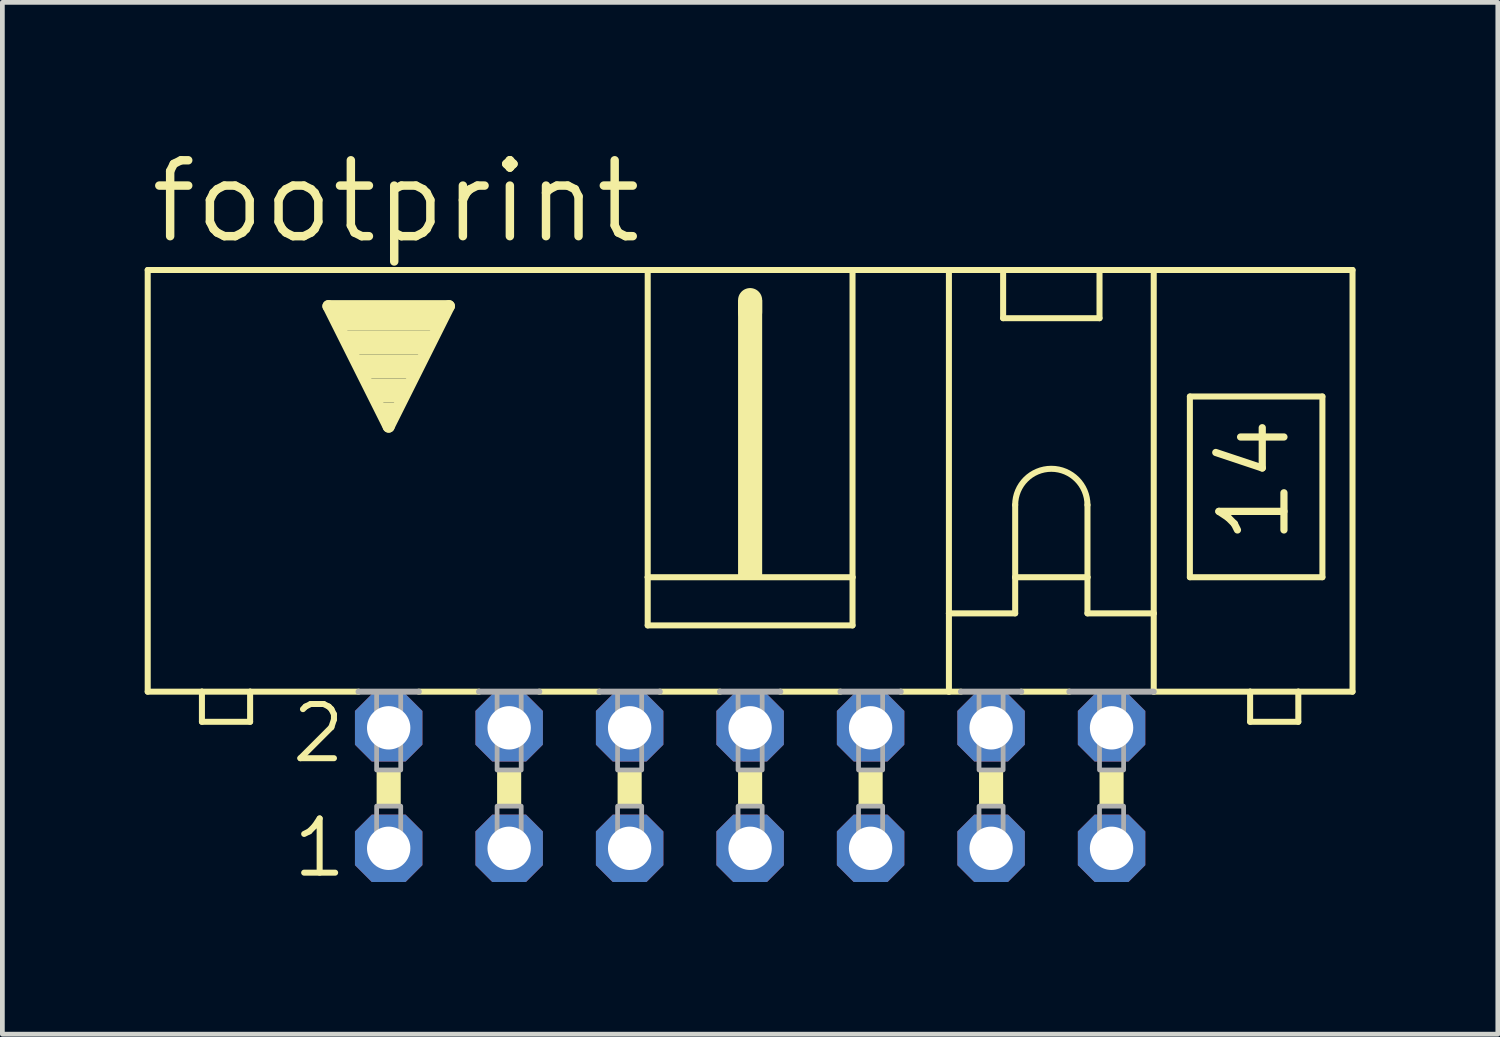
<source format=kicad_pcb>
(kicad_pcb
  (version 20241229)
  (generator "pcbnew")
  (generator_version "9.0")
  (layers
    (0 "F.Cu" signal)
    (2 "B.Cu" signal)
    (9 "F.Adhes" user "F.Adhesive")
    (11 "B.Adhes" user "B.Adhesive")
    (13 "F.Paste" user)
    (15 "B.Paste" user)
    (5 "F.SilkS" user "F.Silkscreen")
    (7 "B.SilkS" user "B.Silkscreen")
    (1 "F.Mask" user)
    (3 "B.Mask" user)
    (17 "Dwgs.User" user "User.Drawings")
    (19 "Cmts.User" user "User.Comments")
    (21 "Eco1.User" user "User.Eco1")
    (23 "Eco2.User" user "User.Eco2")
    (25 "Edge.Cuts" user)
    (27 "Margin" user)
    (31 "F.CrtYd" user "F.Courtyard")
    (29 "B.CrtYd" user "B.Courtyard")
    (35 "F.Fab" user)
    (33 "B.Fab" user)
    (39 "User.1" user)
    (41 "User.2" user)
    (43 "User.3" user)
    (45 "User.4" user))
  (footprint "footprint"
    (layer "F.Cu")
    (at 12.764 13.564)
    (property "Reference" "footprint" (at -12.725 -11.43 0) (layer "F.SilkS") (effects (font (size 1.6 1.6) (thickness 0.178)) (justify left bottom)))
    (fp_line (start -12.7 -10.922) (end -12.7 -2.032) (stroke (width 0.127) (type solid)) (layer "F.SilkS"))
    (fp_line (start -12.7 -2.032) (end -11.557 -2.032) (stroke (width 0.127) (type solid)) (layer "F.SilkS"))
    (fp_line (start -11.557 -2.032) (end -11.557 -1.397) (stroke (width 0.127) (type solid)) (layer "F.SilkS"))
    (fp_line (start -11.557 -2.032) (end -10.541 -2.032) (stroke (width 0.127) (type solid)) (layer "F.SilkS"))
    (fp_line (start -10.541 -2.032) (end -8.255 -2.032) (stroke (width 0.127) (type solid)) (layer "F.SilkS"))
    (fp_line (start -10.541 -1.397) (end -11.557 -1.397) (stroke (width 0.127) (type solid)) (layer "F.SilkS"))
    (fp_line (start -10.541 -1.397) (end -10.541 -2.032) (stroke (width 0.127) (type solid)) (layer "F.SilkS"))
    (fp_line (start -8.89 -10.16) (end -6.35 -10.16) (stroke (width 0.254) (type solid)) (layer "F.SilkS"))
    (fp_line (start -7.62 -7.62) (end -8.89 -10.16) (stroke (width 0.254) (type solid)) (layer "F.SilkS"))
    (fp_line (start -6.985 -2.032) (end -5.715 -2.032) (stroke (width 0.127) (type solid)) (layer "F.SilkS"))
    (fp_line (start -6.35 -10.16) (end -7.62 -7.62) (stroke (width 0.254) (type solid)) (layer "F.SilkS"))
    (fp_line (start -4.445 -2.032) (end -3.175 -2.032) (stroke (width 0.127) (type solid)) (layer "F.SilkS"))
    (fp_line (start -2.159 -10.922) (end -12.7 -10.922) (stroke (width 0.127) (type solid)) (layer "F.SilkS"))
    (fp_line (start -2.159 -10.922) (end -2.159 -4.445) (stroke (width 0.127) (type solid)) (layer "F.SilkS"))
    (fp_line (start -2.159 -10.922) (end 2.159 -10.922) (stroke (width 0.127) (type solid)) (layer "F.SilkS"))
    (fp_line (start -2.159 -4.445) (end -2.159 -3.429) (stroke (width 0.127) (type solid)) (layer "F.SilkS"))
    (fp_line (start -1.905 -2.032) (end -0.635 -2.032) (stroke (width 0.127) (type solid)) (layer "F.SilkS"))
    (fp_line (start 0 -10.033) (end 0 -10.287) (stroke (width 0.508) (type solid)) (layer "F.SilkS"))
    (fp_line (start 0.635 -2.032) (end 1.905 -2.032) (stroke (width 0.127) (type solid)) (layer "F.SilkS"))
    (fp_line (start 2.159 -10.922) (end 2.159 -4.445) (stroke (width 0.127) (type solid)) (layer "F.SilkS"))
    (fp_line (start 2.159 -10.922) (end 4.191 -10.922) (stroke (width 0.127) (type solid)) (layer "F.SilkS"))
    (fp_line (start 2.159 -4.445) (end -2.159 -4.445) (stroke (width 0.127) (type solid)) (layer "F.SilkS"))
    (fp_line (start 2.159 -4.445) (end 2.159 -3.429) (stroke (width 0.127) (type solid)) (layer "F.SilkS"))
    (fp_line (start 2.159 -3.429) (end -2.159 -3.429) (stroke (width 0.127) (type solid)) (layer "F.SilkS"))
    (fp_line (start 3.175 -2.032) (end 4.191 -2.032) (stroke (width 0.127) (type solid)) (layer "F.SilkS"))
    (fp_line (start 4.191 -10.922) (end 12.7 -10.922) (stroke (width 0.127) (type solid)) (layer "F.SilkS"))
    (fp_line (start 4.191 -3.683) (end 4.191 -10.922) (stroke (width 0.127) (type solid)) (layer "F.SilkS"))
    (fp_line (start 4.191 -3.683) (end 4.191 -2.032) (stroke (width 0.127) (type solid)) (layer "F.SilkS"))
    (fp_line (start 4.191 -3.683) (end 5.588 -3.683) (stroke (width 0.127) (type solid)) (layer "F.SilkS"))
    (fp_line (start 4.191 -2.032) (end 4.445 -2.032) (stroke (width 0.127) (type solid)) (layer "F.SilkS"))
    (fp_line (start 5.334 -9.906) (end 5.334 -10.922) (stroke (width 0.127) (type solid)) (layer "F.SilkS"))
    (fp_line (start 5.334 -9.906) (end 7.366 -9.906) (stroke (width 0.127) (type solid)) (layer "F.SilkS"))
    (fp_line (start 5.588 -5.969) (end 5.588 -4.445) (stroke (width 0.127) (type solid)) (layer "F.SilkS"))
    (fp_line (start 5.588 -4.445) (end 5.588 -3.683) (stroke (width 0.127) (type solid)) (layer "F.SilkS"))
    (fp_line (start 5.588 -4.445) (end 7.112 -4.445) (stroke (width 0.127) (type solid)) (layer "F.SilkS"))
    (fp_line (start 5.715 -2.032) (end 6.731 -2.032) (stroke (width 0.127) (type solid)) (layer "F.SilkS"))
    (fp_line (start 7.112 -5.969) (end 7.112 -4.445) (stroke (width 0.127) (type solid)) (layer "F.SilkS"))
    (fp_line (start 7.112 -4.445) (end 7.112 -3.683) (stroke (width 0.127) (type solid)) (layer "F.SilkS"))
    (fp_line (start 7.112 -3.683) (end 8.509 -3.683) (stroke (width 0.127) (type solid)) (layer "F.SilkS"))
    (fp_line (start 7.366 -10.922) (end 7.366 -9.906) (stroke (width 0.127) (type solid)) (layer "F.SilkS"))
    (fp_line (start 8.509 -3.683) (end 8.509 -10.922) (stroke (width 0.127) (type solid)) (layer "F.SilkS"))
    (fp_line (start 8.509 -3.683) (end 8.509 -2.032) (stroke (width 0.127) (type solid)) (layer "F.SilkS"))
    (fp_line (start 9.271 -8.255) (end 9.271 -4.445) (stroke (width 0.127) (type solid)) (layer "F.SilkS"))
    (fp_line (start 9.271 -8.255) (end 12.065 -8.255) (stroke (width 0.127) (type solid)) (layer "F.SilkS"))
    (fp_line (start 9.271 -4.445) (end 12.065 -4.445) (stroke (width 0.127) (type solid)) (layer "F.SilkS"))
    (fp_line (start 10.541 -2.032) (end 8.509 -2.032) (stroke (width 0.127) (type solid)) (layer "F.SilkS"))
    (fp_line (start 10.541 -2.032) (end 10.541 -1.397) (stroke (width 0.127) (type solid)) (layer "F.SilkS"))
    (fp_line (start 11.557 -2.032) (end 10.541 -2.032) (stroke (width 0.127) (type solid)) (layer "F.SilkS"))
    (fp_line (start 11.557 -1.397) (end 10.541 -1.397) (stroke (width 0.127) (type solid)) (layer "F.SilkS"))
    (fp_line (start 11.557 -1.397) (end 11.557 -2.032) (stroke (width 0.127) (type solid)) (layer "F.SilkS"))
    (fp_line (start 12.065 -4.445) (end 12.065 -8.255) (stroke (width 0.127) (type solid)) (layer "F.SilkS"))
    (fp_line (start 12.7 -10.922) (end 12.7 -2.032) (stroke (width 0.127) (type solid)) (layer "F.SilkS"))
    (fp_line (start 12.7 -2.032) (end 11.557 -2.032) (stroke (width 0.127) (type solid)) (layer "F.SilkS"))
    (fp_arc (start 5.588 -5.969) (mid 6.35 -6.731) (end 7.112 -5.969) (stroke (width 0.127) (type solid)) (layer "F.SilkS"))
    (fp_poly (pts (xy -8.763 -9.652) (xy -6.477 -9.652) (xy -6.477 -10.16) (xy -8.763 -10.16)) (stroke (width 0) (type solid)) (fill yes) (layer "F.SilkS"))
    (fp_poly (pts (xy -8.509 -9.144) (xy -6.731 -9.144) (xy -6.731 -9.652) (xy -8.509 -9.652)) (stroke (width 0) (type solid)) (fill yes) (layer "F.SilkS"))
    (fp_poly (pts (xy -8.255 -8.636) (xy -6.985 -8.636) (xy -6.985 -9.144) (xy -8.255 -9.144)) (stroke (width 0) (type solid)) (fill yes) (layer "F.SilkS"))
    (fp_poly (pts (xy -8.001 -8.128) (xy -7.239 -8.128) (xy -7.239 -8.636) (xy -8.001 -8.636)) (stroke (width 0) (type solid)) (fill yes) (layer "F.SilkS"))
    (fp_poly (pts (xy -7.874 0.381) (xy -7.366 0.381) (xy -7.366 -0.381) (xy -7.874 -0.381)) (stroke (width 0) (type solid)) (fill yes) (layer "F.SilkS"))
    (fp_poly (pts (xy -7.747 -7.874) (xy -7.493 -7.874) (xy -7.493 -8.128) (xy -7.747 -8.128)) (stroke (width 0) (type solid)) (fill yes) (layer "F.SilkS"))
    (fp_poly (pts (xy -5.334 0.381) (xy -4.826 0.381) (xy -4.826 -0.381) (xy -5.334 -0.381)) (stroke (width 0) (type solid)) (fill yes) (layer "F.SilkS"))
    (fp_poly (pts (xy -2.794 0.381) (xy -2.286 0.381) (xy -2.286 -0.381) (xy -2.794 -0.381)) (stroke (width 0) (type solid)) (fill yes) (layer "F.SilkS"))
    (fp_poly (pts (xy -0.254 -4.445) (xy 0.254 -4.445) (xy 0.254 -10.287) (xy -0.254 -10.287)) (stroke (width 0) (type solid)) (fill yes) (layer "F.SilkS"))
    (fp_poly (pts (xy -0.254 0.381) (xy 0.254 0.381) (xy 0.254 -0.381) (xy -0.254 -0.381)) (stroke (width 0) (type solid)) (fill yes) (layer "F.SilkS"))
    (fp_poly (pts (xy 2.286 0.381) (xy 2.794 0.381) (xy 2.794 -0.381) (xy 2.286 -0.381)) (stroke (width 0) (type solid)) (fill yes) (layer "F.SilkS"))
    (fp_poly (pts (xy 4.826 0.381) (xy 5.334 0.381) (xy 5.334 -0.381) (xy 4.826 -0.381)) (stroke (width 0) (type solid)) (fill yes) (layer "F.SilkS"))
    (fp_poly (pts (xy 7.366 0.381) (xy 7.874 0.381) (xy 7.874 -0.381) (xy 7.366 -0.381)) (stroke (width 0) (type solid)) (fill yes) (layer "F.SilkS"))
    (fp_line (start -8.255 -2.032) (end -6.985 -2.032) (stroke (width 0.127) (type solid)) (layer "F.Fab"))
    (fp_line (start -5.715 -2.032) (end -4.445 -2.032) (stroke (width 0.127) (type solid)) (layer "F.Fab"))
    (fp_line (start -3.175 -2.032) (end -1.905 -2.032) (stroke (width 0.127) (type solid)) (layer "F.Fab"))
    (fp_line (start -0.635 -2.032) (end 0.635 -2.032) (stroke (width 0.127) (type solid)) (layer "F.Fab"))
    (fp_line (start 3.175 -2.032) (end 1.905 -2.032) (stroke (width 0.127) (type solid)) (layer "F.Fab"))
    (fp_line (start 5.715 -2.032) (end 4.445 -2.032) (stroke (width 0.127) (type solid)) (layer "F.Fab"))
    (fp_line (start 8.509 -2.032) (end 6.731 -2.032) (stroke (width 0.127) (type solid)) (layer "F.Fab"))
    (fp_poly (pts (xy -7.874 -0.381) (xy -7.366 -0.381) (xy -7.366 -2.032) (xy -7.874 -2.032)) (stroke (width 0.1) (type solid)) (fill no) (layer "F.Fab"))
    (fp_poly (pts (xy -7.874 1.524) (xy -7.366 1.524) (xy -7.366 0.381) (xy -7.874 0.381)) (stroke (width 0.1) (type solid)) (fill no) (layer "F.Fab"))
    (fp_poly (pts (xy -5.334 -0.381) (xy -4.826 -0.381) (xy -4.826 -2.032) (xy -5.334 -2.032)) (stroke (width 0.1) (type solid)) (fill no) (layer "F.Fab"))
    (fp_poly (pts (xy -5.334 1.524) (xy -4.826 1.524) (xy -4.826 0.381) (xy -5.334 0.381)) (stroke (width 0.1) (type solid)) (fill no) (layer "F.Fab"))
    (fp_poly (pts (xy -2.794 -0.381) (xy -2.286 -0.381) (xy -2.286 -2.032) (xy -2.794 -2.032)) (stroke (width 0.1) (type solid)) (fill no) (layer "F.Fab"))
    (fp_poly (pts (xy -2.794 1.524) (xy -2.286 1.524) (xy -2.286 0.381) (xy -2.794 0.381)) (stroke (width 0.1) (type solid)) (fill no) (layer "F.Fab"))
    (fp_poly (pts (xy -0.254 -0.381) (xy 0.254 -0.381) (xy 0.254 -2.032) (xy -0.254 -2.032)) (stroke (width 0.1) (type solid)) (fill no) (layer "F.Fab"))
    (fp_poly (pts (xy -0.254 1.524) (xy 0.254 1.524) (xy 0.254 0.381) (xy -0.254 0.381)) (stroke (width 0.1) (type solid)) (fill no) (layer "F.Fab"))
    (fp_poly (pts (xy 2.286 -0.381) (xy 2.794 -0.381) (xy 2.794 -2.032) (xy 2.286 -2.032)) (stroke (width 0.1) (type solid)) (fill no) (layer "F.Fab"))
    (fp_poly (pts (xy 2.286 1.524) (xy 2.794 1.524) (xy 2.794 0.381) (xy 2.286 0.381)) (stroke (width 0.1) (type solid)) (fill no) (layer "F.Fab"))
    (fp_poly (pts (xy 4.826 -0.381) (xy 5.334 -0.381) (xy 5.334 -2.032) (xy 4.826 -2.032)) (stroke (width 0.1) (type solid)) (fill no) (layer "F.Fab"))
    (fp_poly (pts (xy 4.826 1.524) (xy 5.334 1.524) (xy 5.334 0.381) (xy 4.826 0.381)) (stroke (width 0.1) (type solid)) (fill no) (layer "F.Fab"))
    (fp_poly (pts (xy 7.366 -0.381) (xy 7.874 -0.381) (xy 7.874 -2.032) (xy 7.366 -2.032)) (stroke (width 0.1) (type solid)) (fill no) (layer "F.Fab"))
    (fp_poly (pts (xy 7.366 1.524) (xy 7.874 1.524) (xy 7.874 0.381) (xy 7.366 0.381)) (stroke (width 0.1) (type solid)) (fill no) (layer "F.Fab"))
    (fp_text user "14" (at 11.43 -5.08 90) (layer "F.SilkS") (effects (font (size 1.372 1.372) (thickness 0.152)) (justify left bottom)))
    (fp_text user "2" (at -9.728 -0.483 0) (layer "F.SilkS") (effects (font (size 1.143 1.143) (thickness 0.127)) (justify left bottom)))
    (fp_text user "1" (at -9.703 1.93 0) (layer "F.SilkS") (effects (font (size 1.143 1.143) (thickness 0.127)) (justify left bottom)))
    (pad "1" thru_hole roundrect (at -7.62 1.27) (size 1.422 1.422) (drill 0.914) (layers "*.Cu" "*.Mask") (roundrect_rratio 0.25) (chamfer_ratio 0.25) (chamfer top_left top_right bottom_left bottom_right))
    (pad "2" thru_hole roundrect (at -7.62 -1.27) (size 1.422 1.422) (drill 0.914) (layers "*.Cu" "*.Mask") (roundrect_rratio 0.25) (chamfer_ratio 0.25) (chamfer top_left top_right bottom_left bottom_right))
    (pad "3" thru_hole roundrect (at -5.08 1.27) (size 1.422 1.422) (drill 0.914) (layers "*.Cu" "*.Mask") (roundrect_rratio 0.25) (chamfer_ratio 0.25) (chamfer top_left top_right bottom_left bottom_right))
    (pad "4" thru_hole roundrect (at -5.08 -1.27) (size 1.422 1.422) (drill 0.914) (layers "*.Cu" "*.Mask") (roundrect_rratio 0.25) (chamfer_ratio 0.25) (chamfer top_left top_right bottom_left bottom_right))
    (pad "5" thru_hole roundrect (at -2.54 1.27) (size 1.422 1.422) (drill 0.914) (layers "*.Cu" "*.Mask") (roundrect_rratio 0.25) (chamfer_ratio 0.25) (chamfer top_left top_right bottom_left bottom_right))
    (pad "6" thru_hole roundrect (at -2.54 -1.27) (size 1.422 1.422) (drill 0.914) (layers "*.Cu" "*.Mask") (roundrect_rratio 0.25) (chamfer_ratio 0.25) (chamfer top_left top_right bottom_left bottom_right))
    (pad "7" thru_hole roundrect (at 0 1.27) (size 1.422 1.422) (drill 0.914) (layers "*.Cu" "*.Mask") (roundrect_rratio 0.25) (chamfer_ratio 0.25) (chamfer top_left top_right bottom_left bottom_right))
    (pad "8" thru_hole roundrect (at 0 -1.27) (size 1.422 1.422) (drill 0.914) (layers "*.Cu" "*.Mask") (roundrect_rratio 0.25) (chamfer_ratio 0.25) (chamfer top_left top_right bottom_left bottom_right))
    (pad "9" thru_hole roundrect (at 2.54 1.27) (size 1.422 1.422) (drill 0.914) (layers "*.Cu" "*.Mask") (roundrect_rratio 0.25) (chamfer_ratio 0.25) (chamfer top_left top_right bottom_left bottom_right))
    (pad "10" thru_hole roundrect (at 2.54 -1.27) (size 1.422 1.422) (drill 0.914) (layers "*.Cu" "*.Mask") (roundrect_rratio 0.25) (chamfer_ratio 0.25) (chamfer top_left top_right bottom_left bottom_right))
    (pad "11" thru_hole roundrect (at 5.08 1.27) (size 1.422 1.422) (drill 0.914) (layers "*.Cu" "*.Mask") (roundrect_rratio 0.25) (chamfer_ratio 0.25) (chamfer top_left top_right bottom_left bottom_right))
    (pad "12" thru_hole roundrect (at 5.08 -1.27) (size 1.422 1.422) (drill 0.914) (layers "*.Cu" "*.Mask") (roundrect_rratio 0.25) (chamfer_ratio 0.25) (chamfer top_left top_right bottom_left bottom_right))
    (pad "13" thru_hole roundrect (at 7.62 1.27) (size 1.422 1.422) (drill 0.914) (layers "*.Cu" "*.Mask") (roundrect_rratio 0.25) (chamfer_ratio 0.25) (chamfer top_left top_right bottom_left bottom_right))
    (pad "14" thru_hole roundrect (at 7.62 -1.27) (size 1.422 1.422) (drill 0.914) (layers "*.Cu" "*.Mask") (roundrect_rratio 0.25) (chamfer_ratio 0.25) (chamfer top_left top_right bottom_left bottom_right)))
  (gr_rect
    (start -3 -3)
    (end 28.527 18.753)
    (stroke (width 0.1) (type default))
    (fill no)
    (layer "Edge.Cuts")))
</source>
